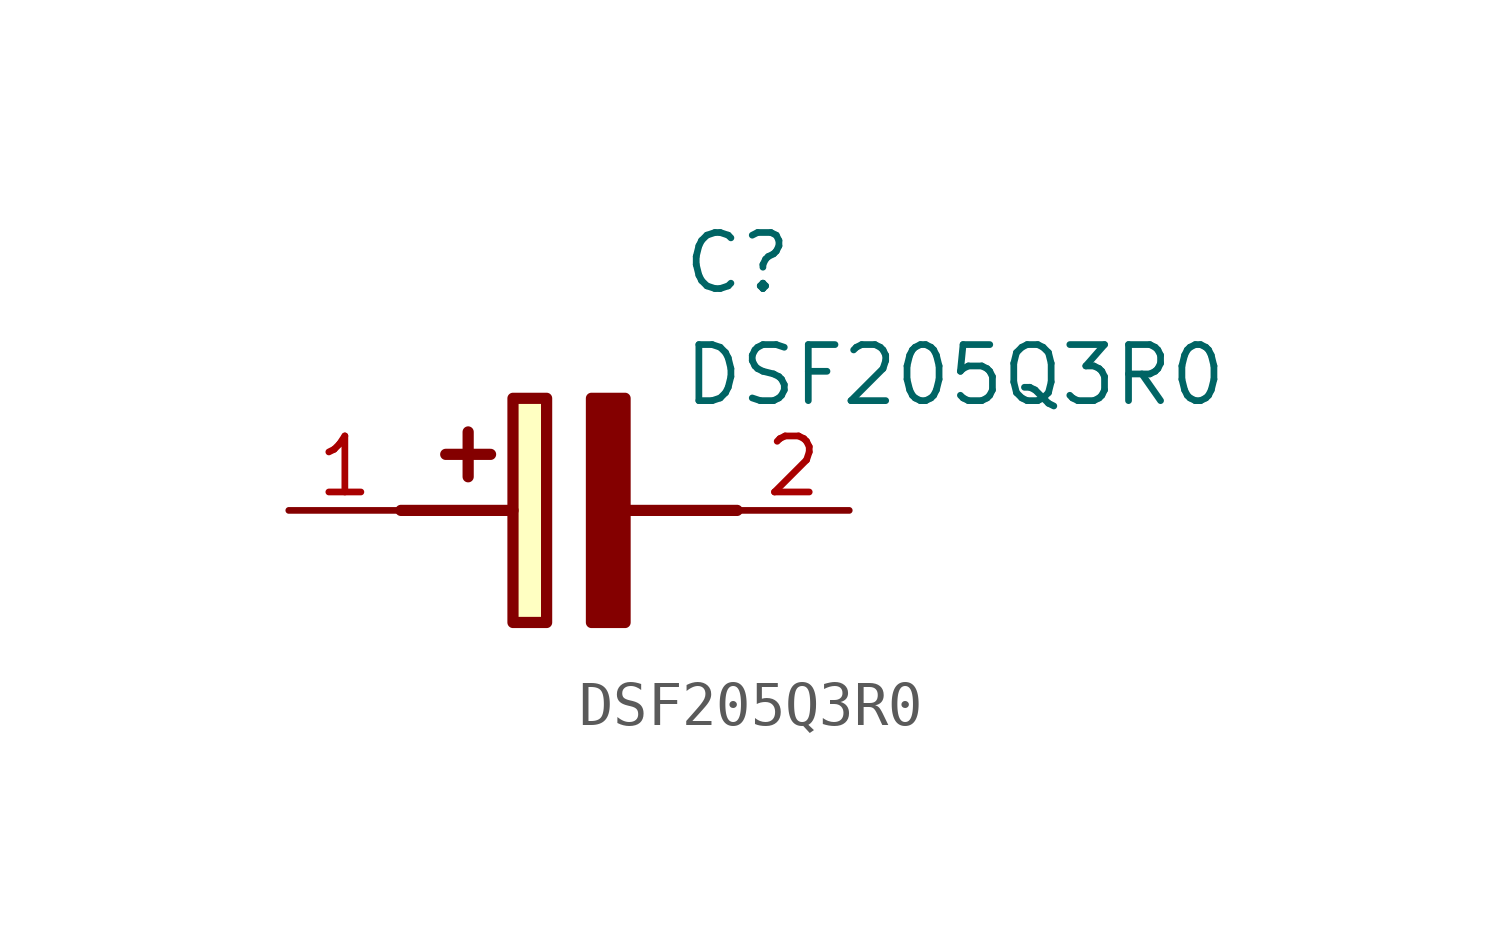
<source format=kicad_sym>
(kicad_symbol_lib
  (version 20211014)
  (generator SamacSys_ECAD_Model)
  (symbol "DSF205Q3R0"
    (pin_names hide)
    (property "Reference" "C"
      (at 8.89 6.35 0)
      (effects (font (size 1.27 1.27)) (justify left top)))
    (property "Value" "DSF205Q3R0"
      (at 8.89 3.81 0)
      (effects (font (size 1.27 1.27)) (justify left top)))
    (rectangle
      (start 5.08 2.54)
      (end 5.842 -2.54)
      (stroke (width 0.254) (type default))
      (fill (type background)))
    (polyline
      (pts (xy 4.572 1.27) (xy 3.556 1.27))
      (stroke (width 0.254) (type default))
      (fill (type none)))
    (polyline
      (pts (xy 4.064 1.778) (xy 4.064 0.762))
      (stroke (width 0.254) (type default))
      (fill (type none)))
    (polyline
      (pts (xy 2.54 0) (xy 5.08 0))
      (stroke (width 0.254) (type default))
      (fill (type none)))
    (polyline
      (pts (xy 7.62 0) (xy 10.16 0))
      (stroke (width 0.254) (type default))
      (fill (type none)))
    (polyline
      (pts (xy 7.62 2.54) (xy 7.62 -2.54) (xy 6.858 -2.54) (xy 6.858 2.54) (xy 7.62 2.54))
      (stroke (width 0.254) (type default))
      (fill (type outline)))
    (pin passive line
      (at 0 0 0)
      (length 2.54)
      (name "+" (effects (font (size 1.27 1.27))))
      (number "1" (effects (font (size 1.27 1.27)))))
    (pin passive line
      (at 12.7 0 180)
      (length 2.54)
      (name "-" (effects (font (size 1.27 1.27))))
      (number "2" (effects (font (size 1.27 1.27)))))))
</source>
